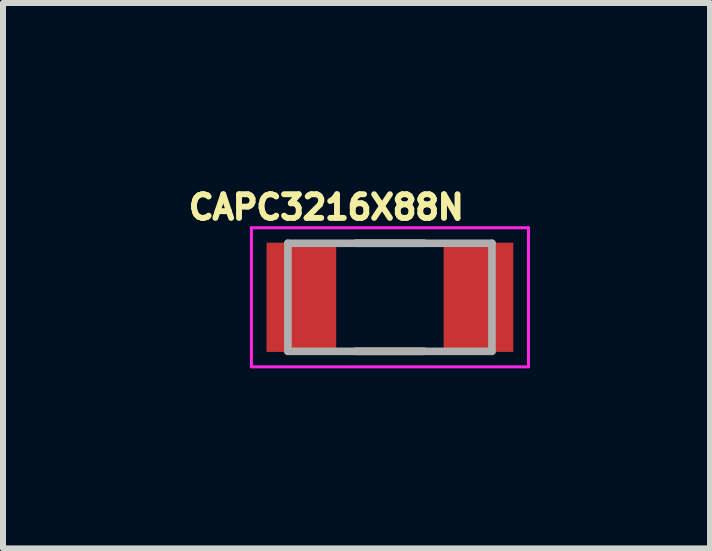
<source format=kicad_pcb>
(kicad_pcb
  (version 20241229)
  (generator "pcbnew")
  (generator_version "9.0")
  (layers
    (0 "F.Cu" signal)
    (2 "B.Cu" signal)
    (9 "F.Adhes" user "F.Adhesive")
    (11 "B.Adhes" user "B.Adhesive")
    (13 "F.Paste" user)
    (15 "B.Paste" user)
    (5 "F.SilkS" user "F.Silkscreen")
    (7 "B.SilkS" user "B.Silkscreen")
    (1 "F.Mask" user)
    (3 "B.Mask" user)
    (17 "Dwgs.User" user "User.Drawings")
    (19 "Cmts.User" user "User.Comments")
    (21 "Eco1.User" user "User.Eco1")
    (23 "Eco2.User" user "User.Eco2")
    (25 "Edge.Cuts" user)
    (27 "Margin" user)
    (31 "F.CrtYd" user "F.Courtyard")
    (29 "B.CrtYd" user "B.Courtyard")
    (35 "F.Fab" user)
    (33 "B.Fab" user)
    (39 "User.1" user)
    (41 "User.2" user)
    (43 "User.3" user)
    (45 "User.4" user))
  (footprint "CAPC3216X88N"
    (layer "F.Cu")
    (at 3.446 1.903)
    (property "Reference" "CAPC3216X88N" (at -1.06 -1.5 0) (layer "F.SilkS") (effects (font (size 0.394 0.394) (thickness 0.15))))
    (attr smd)
    (fp_line (start -0.57 -0.9) (end 0.57 -0.9) (stroke (width 0.127) (type solid)) (layer "F.SilkS"))
    (fp_line (start -0.57 0.9) (end 0.57 0.9) (stroke (width 0.127) (type solid)) (layer "F.SilkS"))
    (fp_line (start -2.308 -1.158) (end 2.308 -1.158) (stroke (width 0.05) (type solid)) (layer "F.CrtYd"))
    (fp_line (start -2.308 1.158) (end -2.308 -1.158) (stroke (width 0.05) (type solid)) (layer "F.CrtYd"))
    (fp_line (start -2.308 1.158) (end 2.308 1.158) (stroke (width 0.05) (type solid)) (layer "F.CrtYd"))
    (fp_line (start 2.308 1.158) (end 2.308 -1.158) (stroke (width 0.05) (type solid)) (layer "F.CrtYd"))
    (fp_line (start -1.7 0.9) (end -1.7 -0.9) (stroke (width 0.127) (type solid)) (layer "F.Fab"))
    (fp_line (start 1.7 -0.9) (end -1.7 -0.9) (stroke (width 0.127) (type solid)) (layer "F.Fab"))
    (fp_line (start 1.7 0.9) (end -1.7 0.9) (stroke (width 0.127) (type solid)) (layer "F.Fab"))
    (fp_line (start 1.7 0.9) (end 1.7 -0.9) (stroke (width 0.127) (type solid)) (layer "F.Fab"))
    (pad "1" smd rect (at -1.475 0) (size 1.16 1.82) (layers "F.Cu" "F.Mask" "F.Paste"))
    (pad "2" smd rect (at 1.475 0) (size 1.16 1.82) (layers "F.Cu" "F.Mask" "F.Paste")))
  (gr_rect
    (start -3 -3)
    (end 8.779 6.086)
    (stroke (width 0.1) (type default))
    (fill no)
    (layer "Edge.Cuts")))
</source>
